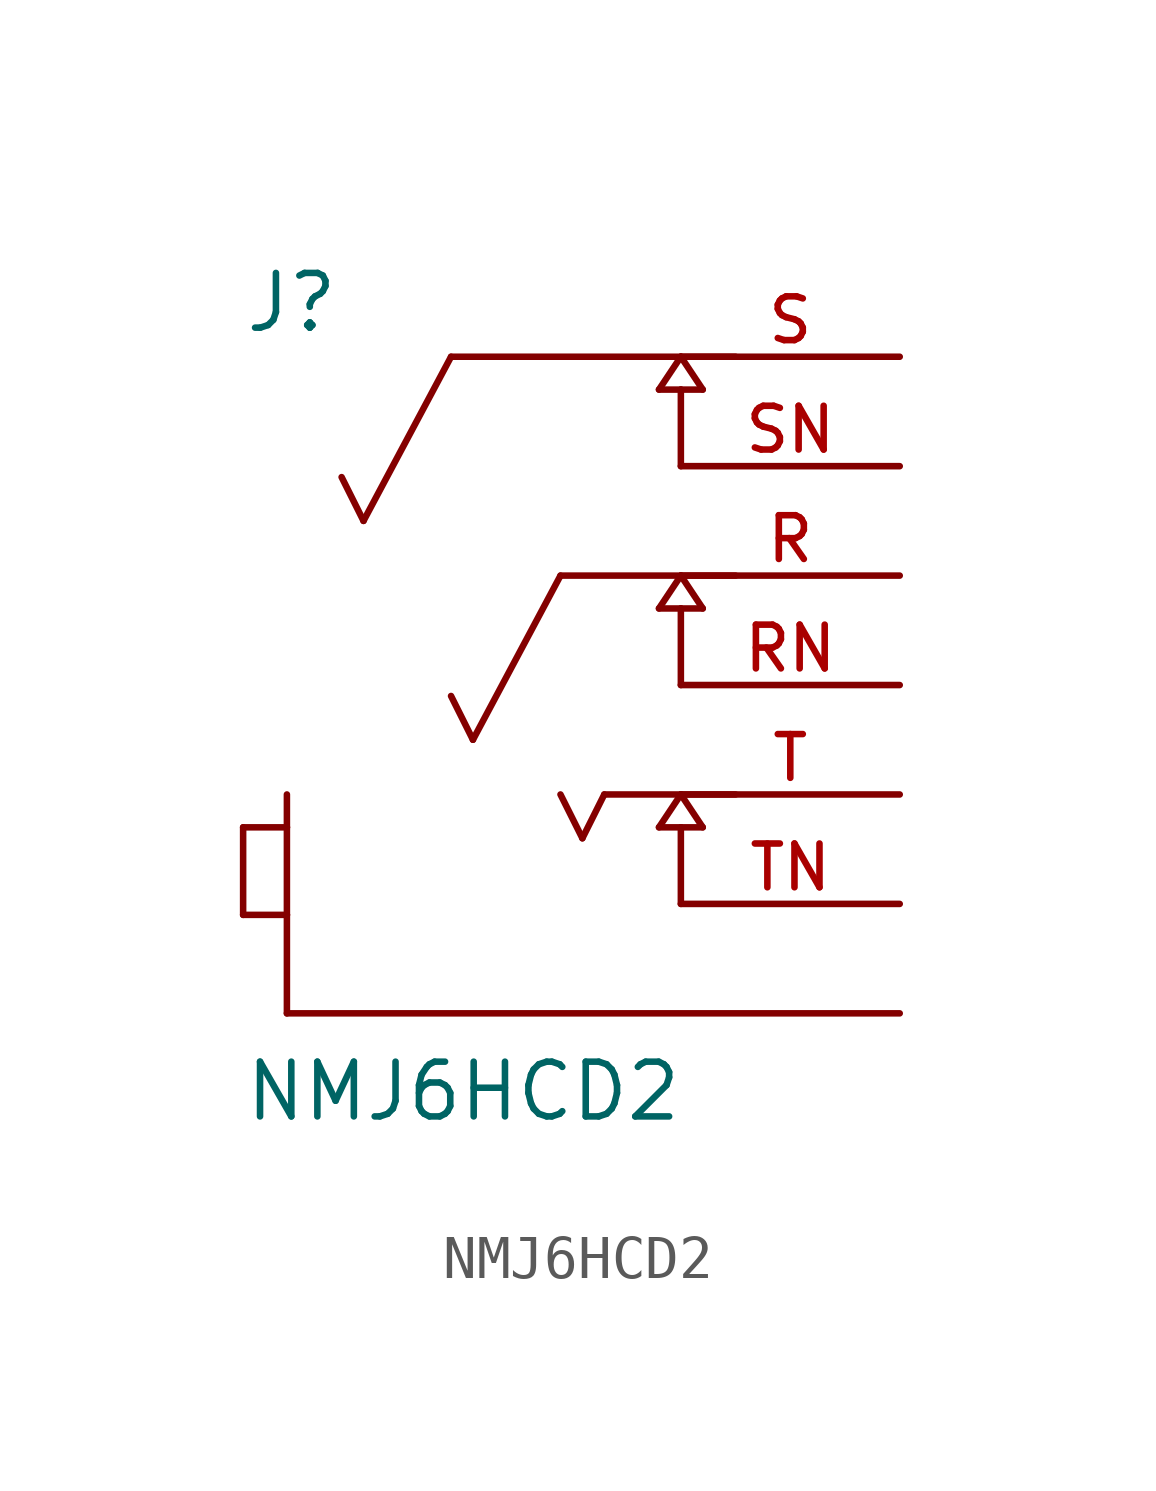
<source format=kicad_sym>
(kicad_symbol_lib
  (version 20211014)
  (generator kicad_symbol_editor)
  (symbol "NMJ6HCD2"
    (pin_names
      (offset 1.016))
    (property "Reference" "J"
      (at -7.624 8.132 0)
      (effects (font (size 1.27 1.27)) (justify bottom left)))
    (property "Value" "NMJ6HCD2"
      (at -7.63 -10.175 0)
      (effects (font (size 1.27 1.27)) (justify bottom left)))
    (symbol "NMJ6HCD2_0_0"
      (polyline (pts (xy 2.54 -2.54) (xy 0.762 -2.54)) (stroke (width 0.152)))
      (polyline (pts (xy 7.62 -7.62) (xy -6.604 -7.62)) (stroke (width 0.152)))
      (polyline (pts (xy 3.81 -2.54) (xy 2.54 -2.54)) (stroke (width 0.152)))
      (polyline (pts (xy 3.048 -3.302) (xy 2.54 -2.54)) (stroke (width 0.152)))
      (polyline (pts (xy 2.54 -2.54) (xy 2.032 -3.302)) (stroke (width 0.152)))
      (polyline (pts (xy 2.032 -3.302) (xy 2.54 -3.302)) (stroke (width 0.152)))
      (polyline (pts (xy 2.54 -3.302) (xy 3.048 -3.302)) (stroke (width 0.152)))
      (polyline (pts (xy 2.54 -3.302) (xy 2.54 -5.08)) (stroke (width 0.152)))
      (polyline (pts (xy 2.54 7.62) (xy -2.794 7.62)) (stroke (width 0.152)))
      (polyline (pts (xy 3.81 7.62) (xy 2.54 7.62)) (stroke (width 0.152)))
      (polyline (pts (xy 3.048 6.858) (xy 2.54 7.62)) (stroke (width 0.152)))
      (polyline (pts (xy 2.54 7.62) (xy 2.032 6.858)) (stroke (width 0.152)))
      (polyline (pts (xy 2.032 6.858) (xy 2.54 6.858)) (stroke (width 0.152)))
      (polyline (pts (xy 2.54 6.858) (xy 3.048 6.858)) (stroke (width 0.152)))
      (polyline (pts (xy 2.54 6.858) (xy 2.54 5.08)) (stroke (width 0.152)))
      (polyline (pts (xy 0.762 -2.54) (xy 0.254 -3.556)) (stroke (width 0.152)))
      (polyline (pts (xy 0.254 -3.556) (xy -0.254 -2.54)) (stroke (width 0.152)))
      (polyline (pts (xy -2.794 7.62) (xy -4.826 3.81)) (stroke (width 0.152)))
      (polyline (pts (xy -4.826 3.81) (xy -5.334 4.826)) (stroke (width 0.152)))
      (polyline (pts (xy -6.604 -7.62) (xy -6.604 -5.334)) (stroke (width 0.152)))
      (polyline (pts (xy -6.604 -5.334) (xy -6.604 -3.302)) (stroke (width 0.152)))
      (polyline (pts (xy -6.604 -2.54) (xy -6.604 -3.302)) (stroke (width 0.152)))
      (polyline (pts (xy -6.604 -3.302) (xy -7.62 -3.302)) (stroke (width 0.152)))
      (polyline (pts (xy -7.62 -3.302) (xy -7.62 -5.334)) (stroke (width 0.152)))
      (polyline (pts (xy -7.62 -5.334) (xy -6.604 -5.334)) (stroke (width 0.152)))
      (polyline (pts (xy 2.54 2.54) (xy -0.254 2.54)) (stroke (width 0.152)))
      (polyline (pts (xy 3.81 2.54) (xy 2.54 2.54)) (stroke (width 0.152)))
      (polyline (pts (xy 3.048 1.778) (xy 2.54 2.54)) (stroke (width 0.152)))
      (polyline (pts (xy 2.54 2.54) (xy 2.032 1.778)) (stroke (width 0.152)))
      (polyline (pts (xy 2.032 1.778) (xy 2.54 1.778)) (stroke (width 0.152)))
      (polyline (pts (xy 2.54 1.778) (xy 3.048 1.778)) (stroke (width 0.152)))
      (polyline (pts (xy 2.54 1.778) (xy 2.54 0.0)) (stroke (width 0.152)))
      (polyline (pts (xy -0.254 2.54) (xy -2.286 -1.27)) (stroke (width 0.152)))
      (polyline (pts (xy -2.286 -1.27) (xy -2.794 -0.254)) (stroke (width 0.152)))
      (pin passive line (at 7.62 7.62 180.0) (length 5.08) (name "~" (effects (font (size 1.016 1.016)))) (number "S" (effects (font (size 1.016 1.016)))))
      (pin passive line (at 7.62 5.08 180.0) (length 5.08) (name "~" (effects (font (size 1.016 1.016)))) (number "SN" (effects (font (size 1.016 1.016)))))
      (pin passive line (at 7.62 -2.54 180.0) (length 5.08) (name "~" (effects (font (size 1.016 1.016)))) (number "T" (effects (font (size 1.016 1.016)))))
      (pin passive line (at 7.62 -5.08 180.0) (length 5.08) (name "~" (effects (font (size 1.016 1.016)))) (number "TN" (effects (font (size 1.016 1.016)))))
      (pin passive line (at 7.62 2.54 180.0) (length 5.08) (name "~" (effects (font (size 1.016 1.016)))) (number "R" (effects (font (size 1.016 1.016)))))
      (pin passive line (at 7.62 0.0 180.0) (length 5.08) (name "~" (effects (font (size 1.016 1.016)))) (number "RN" (effects (font (size 1.016 1.016))))))))
</source>
